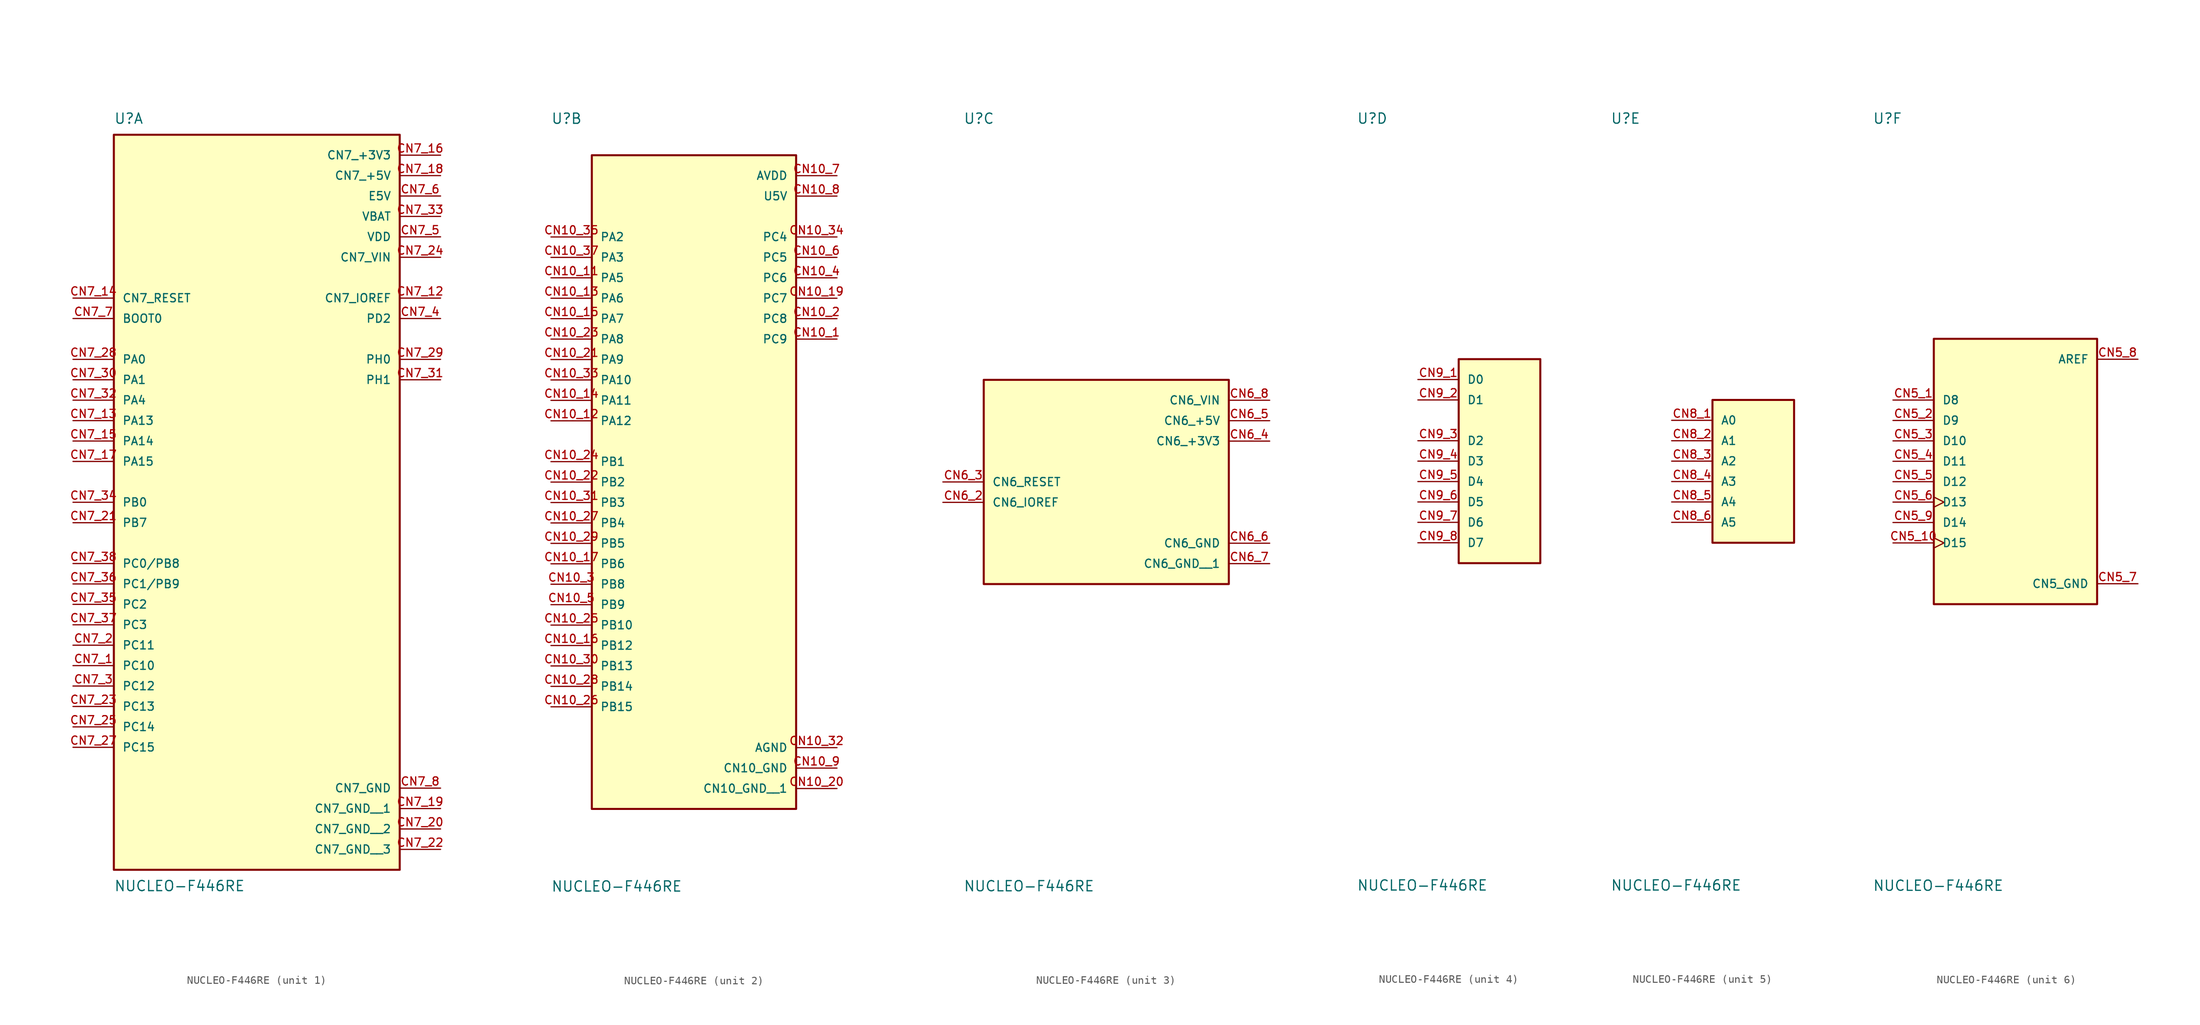
<source format=kicad_sym>
(kicad_symbol_lib
  (version 20231120)
  (generator "kicad_symbol_editor")
  (generator_version "8.0")
  (symbol "NUCLEO-F446RE"
    (pin_names
      (offset 1.016))
    (property "Reference" "U"
      (at -17.78 41.91 0)
      (effects (font (size 1.27 1.27)) (justify left bottom)))
    (property "Value" "NUCLEO-F446RE"
      (at -17.78 -52.07 0)
      (effects (font (size 1.27 1.27)) (justify left top)))
    (symbol "NUCLEO-F446RE_1_0"
      (rectangle (start -17.78 -50.8) (end 17.78 40.64) (stroke (width 0.254) (type default)) (fill (type background)))
      (pin bidirectional line (at -22.86 -25.4 0) (length 5.08) (name "PC10" (effects (font (size 1.016 1.016)))) (number "CN7_1" (effects (font (size 1.016 1.016)))))
      (pin bidirectional line (at 22.86 20.32 180) (length 5.08) (name "CN7_IOREF" (effects (font (size 1.016 1.016)))) (number "CN7_12" (effects (font (size 1.016 1.016)))))
      (pin bidirectional line (at -22.86 5.08 0) (length 5.08) (name "PA13" (effects (font (size 1.016 1.016)))) (number "CN7_13" (effects (font (size 1.016 1.016)))))
      (pin bidirectional line (at -22.86 20.32 0) (length 5.08) (name "CN7_RESET" (effects (font (size 1.016 1.016)))) (number "CN7_14" (effects (font (size 1.016 1.016)))))
      (pin bidirectional line (at -22.86 2.54 0) (length 5.08) (name "PA14" (effects (font (size 1.016 1.016)))) (number "CN7_15" (effects (font (size 1.016 1.016)))))
      (pin power_in line (at 22.86 38.1 180) (length 5.08) (name "CN7_+3V3" (effects (font (size 1.016 1.016)))) (number "CN7_16" (effects (font (size 1.016 1.016)))))
      (pin bidirectional line (at -22.86 0 0) (length 5.08) (name "PA15" (effects (font (size 1.016 1.016)))) (number "CN7_17" (effects (font (size 1.016 1.016)))))
      (pin power_in line (at 22.86 35.56 180) (length 5.08) (name "CN7_+5V" (effects (font (size 1.016 1.016)))) (number "CN7_18" (effects (font (size 1.016 1.016)))))
      (pin power_in line (at 22.86 -43.18 180) (length 5.08) (name "CN7_GND__1" (effects (font (size 1.016 1.016)))) (number "CN7_19" (effects (font (size 1.016 1.016)))))
      (pin bidirectional line (at -22.86 -22.86 0) (length 5.08) (name "PC11" (effects (font (size 1.016 1.016)))) (number "CN7_2" (effects (font (size 1.016 1.016)))))
      (pin power_in line (at 22.86 -45.72 180) (length 5.08) (name "CN7_GND__2" (effects (font (size 1.016 1.016)))) (number "CN7_20" (effects (font (size 1.016 1.016)))))
      (pin bidirectional line (at -22.86 -7.62 0) (length 5.08) (name "PB7" (effects (font (size 1.016 1.016)))) (number "CN7_21" (effects (font (size 1.016 1.016)))))
      (pin power_in line (at 22.86 -48.26 180) (length 5.08) (name "CN7_GND__3" (effects (font (size 1.016 1.016)))) (number "CN7_22" (effects (font (size 1.016 1.016)))))
      (pin bidirectional line (at -22.86 -30.48 0) (length 5.08) (name "PC13" (effects (font (size 1.016 1.016)))) (number "CN7_23" (effects (font (size 1.016 1.016)))))
      (pin power_in line (at 22.86 25.4 180) (length 5.08) (name "CN7_VIN" (effects (font (size 1.016 1.016)))) (number "CN7_24" (effects (font (size 1.016 1.016)))))
      (pin bidirectional line (at -22.86 -33.02 0) (length 5.08) (name "PC14" (effects (font (size 1.016 1.016)))) (number "CN7_25" (effects (font (size 1.016 1.016)))))
      (pin bidirectional line (at -22.86 -35.56 0) (length 5.08) (name "PC15" (effects (font (size 1.016 1.016)))) (number "CN7_27" (effects (font (size 1.016 1.016)))))
      (pin bidirectional line (at -22.86 12.7 0) (length 5.08) (name "PA0" (effects (font (size 1.016 1.016)))) (number "CN7_28" (effects (font (size 1.016 1.016)))))
      (pin bidirectional line (at 22.86 12.7 180) (length 5.08) (name "PH0" (effects (font (size 1.016 1.016)))) (number "CN7_29" (effects (font (size 1.016 1.016)))))
      (pin bidirectional line (at -22.86 -27.94 0) (length 5.08) (name "PC12" (effects (font (size 1.016 1.016)))) (number "CN7_3" (effects (font (size 1.016 1.016)))))
      (pin bidirectional line (at -22.86 10.16 0) (length 5.08) (name "PA1" (effects (font (size 1.016 1.016)))) (number "CN7_30" (effects (font (size 1.016 1.016)))))
      (pin bidirectional line (at 22.86 10.16 180) (length 5.08) (name "PH1" (effects (font (size 1.016 1.016)))) (number "CN7_31" (effects (font (size 1.016 1.016)))))
      (pin bidirectional line (at -22.86 7.62 0) (length 5.08) (name "PA4" (effects (font (size 1.016 1.016)))) (number "CN7_32" (effects (font (size 1.016 1.016)))))
      (pin power_in line (at 22.86 30.48 180) (length 5.08) (name "VBAT" (effects (font (size 1.016 1.016)))) (number "CN7_33" (effects (font (size 1.016 1.016)))))
      (pin bidirectional line (at -22.86 -5.08 0) (length 5.08) (name "PB0" (effects (font (size 1.016 1.016)))) (number "CN7_34" (effects (font (size 1.016 1.016)))))
      (pin bidirectional line (at -22.86 -17.78 0) (length 5.08) (name "PC2" (effects (font (size 1.016 1.016)))) (number "CN7_35" (effects (font (size 1.016 1.016)))))
      (pin bidirectional line (at -22.86 -15.24 0) (length 5.08) (name "PC1/PB9" (effects (font (size 1.016 1.016)))) (number "CN7_36" (effects (font (size 1.016 1.016)))))
      (pin bidirectional line (at -22.86 -20.32 0) (length 5.08) (name "PC3" (effects (font (size 1.016 1.016)))) (number "CN7_37" (effects (font (size 1.016 1.016)))))
      (pin bidirectional line (at -22.86 -12.7 0) (length 5.08) (name "PC0/PB8" (effects (font (size 1.016 1.016)))) (number "CN7_38" (effects (font (size 1.016 1.016)))))
      (pin bidirectional line (at 22.86 17.78 180) (length 5.08) (name "PD2" (effects (font (size 1.016 1.016)))) (number "CN7_4" (effects (font (size 1.016 1.016)))))
      (pin power_in line (at 22.86 27.94 180) (length 5.08) (name "VDD" (effects (font (size 1.016 1.016)))) (number "CN7_5" (effects (font (size 1.016 1.016)))))
      (pin power_in line (at 22.86 33.02 180) (length 5.08) (name "E5V" (effects (font (size 1.016 1.016)))) (number "CN7_6" (effects (font (size 1.016 1.016)))))
      (pin bidirectional line (at -22.86 17.78 0) (length 5.08) (name "BOOT0" (effects (font (size 1.016 1.016)))) (number "CN7_7" (effects (font (size 1.016 1.016)))))
      (pin power_in line (at 22.86 -40.64 180) (length 5.08) (name "CN7_GND" (effects (font (size 1.016 1.016)))) (number "CN7_8" (effects (font (size 1.016 1.016))))))
    (symbol "NUCLEO-F446RE_2_0"
      (rectangle (start -12.7 -43.18) (end 12.7 38.1) (stroke (width 0.254) (type default)) (fill (type background)))
      (pin bidirectional line (at 17.78 15.24 180) (length 5.08) (name "PC9" (effects (font (size 1.016 1.016)))) (number "CN10_1" (effects (font (size 1.016 1.016)))))
      (pin bidirectional line (at -17.78 22.86 0) (length 5.08) (name "PA5" (effects (font (size 1.016 1.016)))) (number "CN10_11" (effects (font (size 1.016 1.016)))))
      (pin bidirectional line (at -17.78 5.08 0) (length 5.08) (name "PA12" (effects (font (size 1.016 1.016)))) (number "CN10_12" (effects (font (size 1.016 1.016)))))
      (pin bidirectional line (at -17.78 20.32 0) (length 5.08) (name "PA6" (effects (font (size 1.016 1.016)))) (number "CN10_13" (effects (font (size 1.016 1.016)))))
      (pin bidirectional line (at -17.78 7.62 0) (length 5.08) (name "PA11" (effects (font (size 1.016 1.016)))) (number "CN10_14" (effects (font (size 1.016 1.016)))))
      (pin bidirectional line (at -17.78 17.78 0) (length 5.08) (name "PA7" (effects (font (size 1.016 1.016)))) (number "CN10_15" (effects (font (size 1.016 1.016)))))
      (pin bidirectional line (at -17.78 -22.86 0) (length 5.08) (name "PB12" (effects (font (size 1.016 1.016)))) (number "CN10_16" (effects (font (size 1.016 1.016)))))
      (pin bidirectional line (at -17.78 -12.7 0) (length 5.08) (name "PB6" (effects (font (size 1.016 1.016)))) (number "CN10_17" (effects (font (size 1.016 1.016)))))
      (pin bidirectional line (at 17.78 20.32 180) (length 5.08) (name "PC7" (effects (font (size 1.016 1.016)))) (number "CN10_19" (effects (font (size 1.016 1.016)))))
      (pin bidirectional line (at 17.78 17.78 180) (length 5.08) (name "PC8" (effects (font (size 1.016 1.016)))) (number "CN10_2" (effects (font (size 1.016 1.016)))))
      (pin power_in line (at 17.78 -40.64 180) (length 5.08) (name "CN10_GND__1" (effects (font (size 1.016 1.016)))) (number "CN10_20" (effects (font (size 1.016 1.016)))))
      (pin bidirectional line (at -17.78 12.7 0) (length 5.08) (name "PA9" (effects (font (size 1.016 1.016)))) (number "CN10_21" (effects (font (size 1.016 1.016)))))
      (pin bidirectional line (at -17.78 -2.54 0) (length 5.08) (name "PB2" (effects (font (size 1.016 1.016)))) (number "CN10_22" (effects (font (size 1.016 1.016)))))
      (pin bidirectional line (at -17.78 15.24 0) (length 5.08) (name "PA8" (effects (font (size 1.016 1.016)))) (number "CN10_23" (effects (font (size 1.016 1.016)))))
      (pin bidirectional line (at -17.78 0 0) (length 5.08) (name "PB1" (effects (font (size 1.016 1.016)))) (number "CN10_24" (effects (font (size 1.016 1.016)))))
      (pin bidirectional line (at -17.78 -20.32 0) (length 5.08) (name "PB10" (effects (font (size 1.016 1.016)))) (number "CN10_25" (effects (font (size 1.016 1.016)))))
      (pin bidirectional line (at -17.78 -30.48 0) (length 5.08) (name "PB15" (effects (font (size 1.016 1.016)))) (number "CN10_26" (effects (font (size 1.016 1.016)))))
      (pin bidirectional line (at -17.78 -7.62 0) (length 5.08) (name "PB4" (effects (font (size 1.016 1.016)))) (number "CN10_27" (effects (font (size 1.016 1.016)))))
      (pin bidirectional line (at -17.78 -27.94 0) (length 5.08) (name "PB14" (effects (font (size 1.016 1.016)))) (number "CN10_28" (effects (font (size 1.016 1.016)))))
      (pin bidirectional line (at -17.78 -10.16 0) (length 5.08) (name "PB5" (effects (font (size 1.016 1.016)))) (number "CN10_29" (effects (font (size 1.016 1.016)))))
      (pin bidirectional line (at -17.78 -15.24 0) (length 5.08) (name "PB8" (effects (font (size 1.016 1.016)))) (number "CN10_3" (effects (font (size 1.016 1.016)))))
      (pin bidirectional line (at -17.78 -25.4 0) (length 5.08) (name "PB13" (effects (font (size 1.016 1.016)))) (number "CN10_30" (effects (font (size 1.016 1.016)))))
      (pin bidirectional line (at -17.78 -5.08 0) (length 5.08) (name "PB3" (effects (font (size 1.016 1.016)))) (number "CN10_31" (effects (font (size 1.016 1.016)))))
      (pin power_in line (at 17.78 -35.56 180) (length 5.08) (name "AGND" (effects (font (size 1.016 1.016)))) (number "CN10_32" (effects (font (size 1.016 1.016)))))
      (pin bidirectional line (at -17.78 10.16 0) (length 5.08) (name "PA10" (effects (font (size 1.016 1.016)))) (number "CN10_33" (effects (font (size 1.016 1.016)))))
      (pin bidirectional line (at 17.78 27.94 180) (length 5.08) (name "PC4" (effects (font (size 1.016 1.016)))) (number "CN10_34" (effects (font (size 1.016 1.016)))))
      (pin bidirectional line (at -17.78 27.94 0) (length 5.08) (name "PA2" (effects (font (size 1.016 1.016)))) (number "CN10_35" (effects (font (size 1.016 1.016)))))
      (pin bidirectional line (at -17.78 25.4 0) (length 5.08) (name "PA3" (effects (font (size 1.016 1.016)))) (number "CN10_37" (effects (font (size 1.016 1.016)))))
      (pin bidirectional line (at 17.78 22.86 180) (length 5.08) (name "PC6" (effects (font (size 1.016 1.016)))) (number "CN10_4" (effects (font (size 1.016 1.016)))))
      (pin bidirectional line (at -17.78 -17.78 0) (length 5.08) (name "PB9" (effects (font (size 1.016 1.016)))) (number "CN10_5" (effects (font (size 1.016 1.016)))))
      (pin bidirectional line (at 17.78 25.4 180) (length 5.08) (name "PC5" (effects (font (size 1.016 1.016)))) (number "CN10_6" (effects (font (size 1.016 1.016)))))
      (pin power_in line (at 17.78 35.56 180) (length 5.08) (name "AVDD" (effects (font (size 1.016 1.016)))) (number "CN10_7" (effects (font (size 1.016 1.016)))))
      (pin power_in line (at 17.78 33.02 180) (length 5.08) (name "U5V" (effects (font (size 1.016 1.016)))) (number "CN10_8" (effects (font (size 1.016 1.016)))))
      (pin power_in line (at 17.78 -38.1 180) (length 5.08) (name "CN10_GND" (effects (font (size 1.016 1.016)))) (number "CN10_9" (effects (font (size 1.016 1.016))))))
    (symbol "NUCLEO-F446RE_3_0"
      (rectangle (start -15.24 -15.24) (end 15.24 10.16) (stroke (width 0.254) (type default)) (fill (type background)))
      (pin bidirectional line (at -20.32 -5.08 0) (length 5.08) (name "CN6_IOREF" (effects (font (size 1.016 1.016)))) (number "CN6_2" (effects (font (size 1.016 1.016)))))
      (pin bidirectional line (at -20.32 -2.54 0) (length 5.08) (name "CN6_RESET" (effects (font (size 1.016 1.016)))) (number "CN6_3" (effects (font (size 1.016 1.016)))))
      (pin power_in line (at 20.32 2.54 180) (length 5.08) (name "CN6_+3V3" (effects (font (size 1.016 1.016)))) (number "CN6_4" (effects (font (size 1.016 1.016)))))
      (pin power_in line (at 20.32 5.08 180) (length 5.08) (name "CN6_+5V" (effects (font (size 1.016 1.016)))) (number "CN6_5" (effects (font (size 1.016 1.016)))))
      (pin power_in line (at 20.32 -10.16 180) (length 5.08) (name "CN6_GND" (effects (font (size 1.016 1.016)))) (number "CN6_6" (effects (font (size 1.016 1.016)))))
      (pin power_in line (at 20.32 -12.7 180) (length 5.08) (name "CN6_GND__1" (effects (font (size 1.016 1.016)))) (number "CN6_7" (effects (font (size 1.016 1.016)))))
      (pin power_in line (at 20.32 7.62 180) (length 5.08) (name "CN6_VIN" (effects (font (size 1.016 1.016)))) (number "CN6_8" (effects (font (size 1.016 1.016))))))
    (symbol "NUCLEO-F446RE_4_0"
      (rectangle (start -5.08 -12.7) (end 5.08 12.7) (stroke (width 0.254) (type default)) (fill (type background)))
      (pin input line (at -10.16 10.16 0) (length 5.08) (name "D0" (effects (font (size 1.016 1.016)))) (number "CN9_1" (effects (font (size 1.016 1.016)))))
      (pin output line (at -10.16 7.62 0) (length 5.08) (name "D1" (effects (font (size 1.016 1.016)))) (number "CN9_2" (effects (font (size 1.016 1.016)))))
      (pin bidirectional line (at -10.16 2.54 0) (length 5.08) (name "D2" (effects (font (size 1.016 1.016)))) (number "CN9_3" (effects (font (size 1.016 1.016)))))
      (pin bidirectional line (at -10.16 0 0) (length 5.08) (name "D3" (effects (font (size 1.016 1.016)))) (number "CN9_4" (effects (font (size 1.016 1.016)))))
      (pin bidirectional line (at -10.16 -2.54 0) (length 5.08) (name "D4" (effects (font (size 1.016 1.016)))) (number "CN9_5" (effects (font (size 1.016 1.016)))))
      (pin bidirectional line (at -10.16 -5.08 0) (length 5.08) (name "D5" (effects (font (size 1.016 1.016)))) (number "CN9_6" (effects (font (size 1.016 1.016)))))
      (pin bidirectional line (at -10.16 -7.62 0) (length 5.08) (name "D6" (effects (font (size 1.016 1.016)))) (number "CN9_7" (effects (font (size 1.016 1.016)))))
      (pin bidirectional line (at -10.16 -10.16 0) (length 5.08) (name "D7" (effects (font (size 1.016 1.016)))) (number "CN9_8" (effects (font (size 1.016 1.016))))))
    (symbol "NUCLEO-F446RE_5_0"
      (rectangle (start -5.08 -10.16) (end 5.08 7.62) (stroke (width 0.254) (type default)) (fill (type background)))
      (pin input line (at -10.16 5.08 0) (length 5.08) (name "A0" (effects (font (size 1.016 1.016)))) (number "CN8_1" (effects (font (size 1.016 1.016)))))
      (pin input line (at -10.16 2.54 0) (length 5.08) (name "A1" (effects (font (size 1.016 1.016)))) (number "CN8_2" (effects (font (size 1.016 1.016)))))
      (pin input line (at -10.16 0 0) (length 5.08) (name "A2" (effects (font (size 1.016 1.016)))) (number "CN8_3" (effects (font (size 1.016 1.016)))))
      (pin input line (at -10.16 -2.54 0) (length 5.08) (name "A3" (effects (font (size 1.016 1.016)))) (number "CN8_4" (effects (font (size 1.016 1.016)))))
      (pin input line (at -10.16 -5.08 0) (length 5.08) (name "A4" (effects (font (size 1.016 1.016)))) (number "CN8_5" (effects (font (size 1.016 1.016)))))
      (pin input line (at -10.16 -7.62 0) (length 5.08) (name "A5" (effects (font (size 1.016 1.016)))) (number "CN8_6" (effects (font (size 1.016 1.016))))))
    (symbol "NUCLEO-F446RE_6_0"
      (rectangle (start -10.16 -17.78) (end 10.16 15.24) (stroke (width 0.254) (type default)) (fill (type background)))
      (pin bidirectional line (at -15.24 7.62 0) (length 5.08) (name "D8" (effects (font (size 1.016 1.016)))) (number "CN5_1" (effects (font (size 1.016 1.016)))))
      (pin bidirectional clock (at -15.24 -10.16 0) (length 5.08) (name "D15" (effects (font (size 1.016 1.016)))) (number "CN5_10" (effects (font (size 1.016 1.016)))))
      (pin bidirectional line (at -15.24 5.08 0) (length 5.08) (name "D9" (effects (font (size 1.016 1.016)))) (number "CN5_2" (effects (font (size 1.016 1.016)))))
      (pin bidirectional line (at -15.24 2.54 0) (length 5.08) (name "D10" (effects (font (size 1.016 1.016)))) (number "CN5_3" (effects (font (size 1.016 1.016)))))
      (pin bidirectional line (at -15.24 0 0) (length 5.08) (name "D11" (effects (font (size 1.016 1.016)))) (number "CN5_4" (effects (font (size 1.016 1.016)))))
      (pin bidirectional line (at -15.24 -2.54 0) (length 5.08) (name "D12" (effects (font (size 1.016 1.016)))) (number "CN5_5" (effects (font (size 1.016 1.016)))))
      (pin bidirectional clock (at -15.24 -5.08 0) (length 5.08) (name "D13" (effects (font (size 1.016 1.016)))) (number "CN5_6" (effects (font (size 1.016 1.016)))))
      (pin power_in line (at 15.24 -15.24 180) (length 5.08) (name "CN5_GND" (effects (font (size 1.016 1.016)))) (number "CN5_7" (effects (font (size 1.016 1.016)))))
      (pin power_in line (at 15.24 12.7 180) (length 5.08) (name "AREF" (effects (font (size 1.016 1.016)))) (number "CN5_8" (effects (font (size 1.016 1.016)))))
      (pin bidirectional line (at -15.24 -7.62 0) (length 5.08) (name "D14" (effects (font (size 1.016 1.016)))) (number "CN5_9" (effects (font (size 1.016 1.016))))))))
</source>
